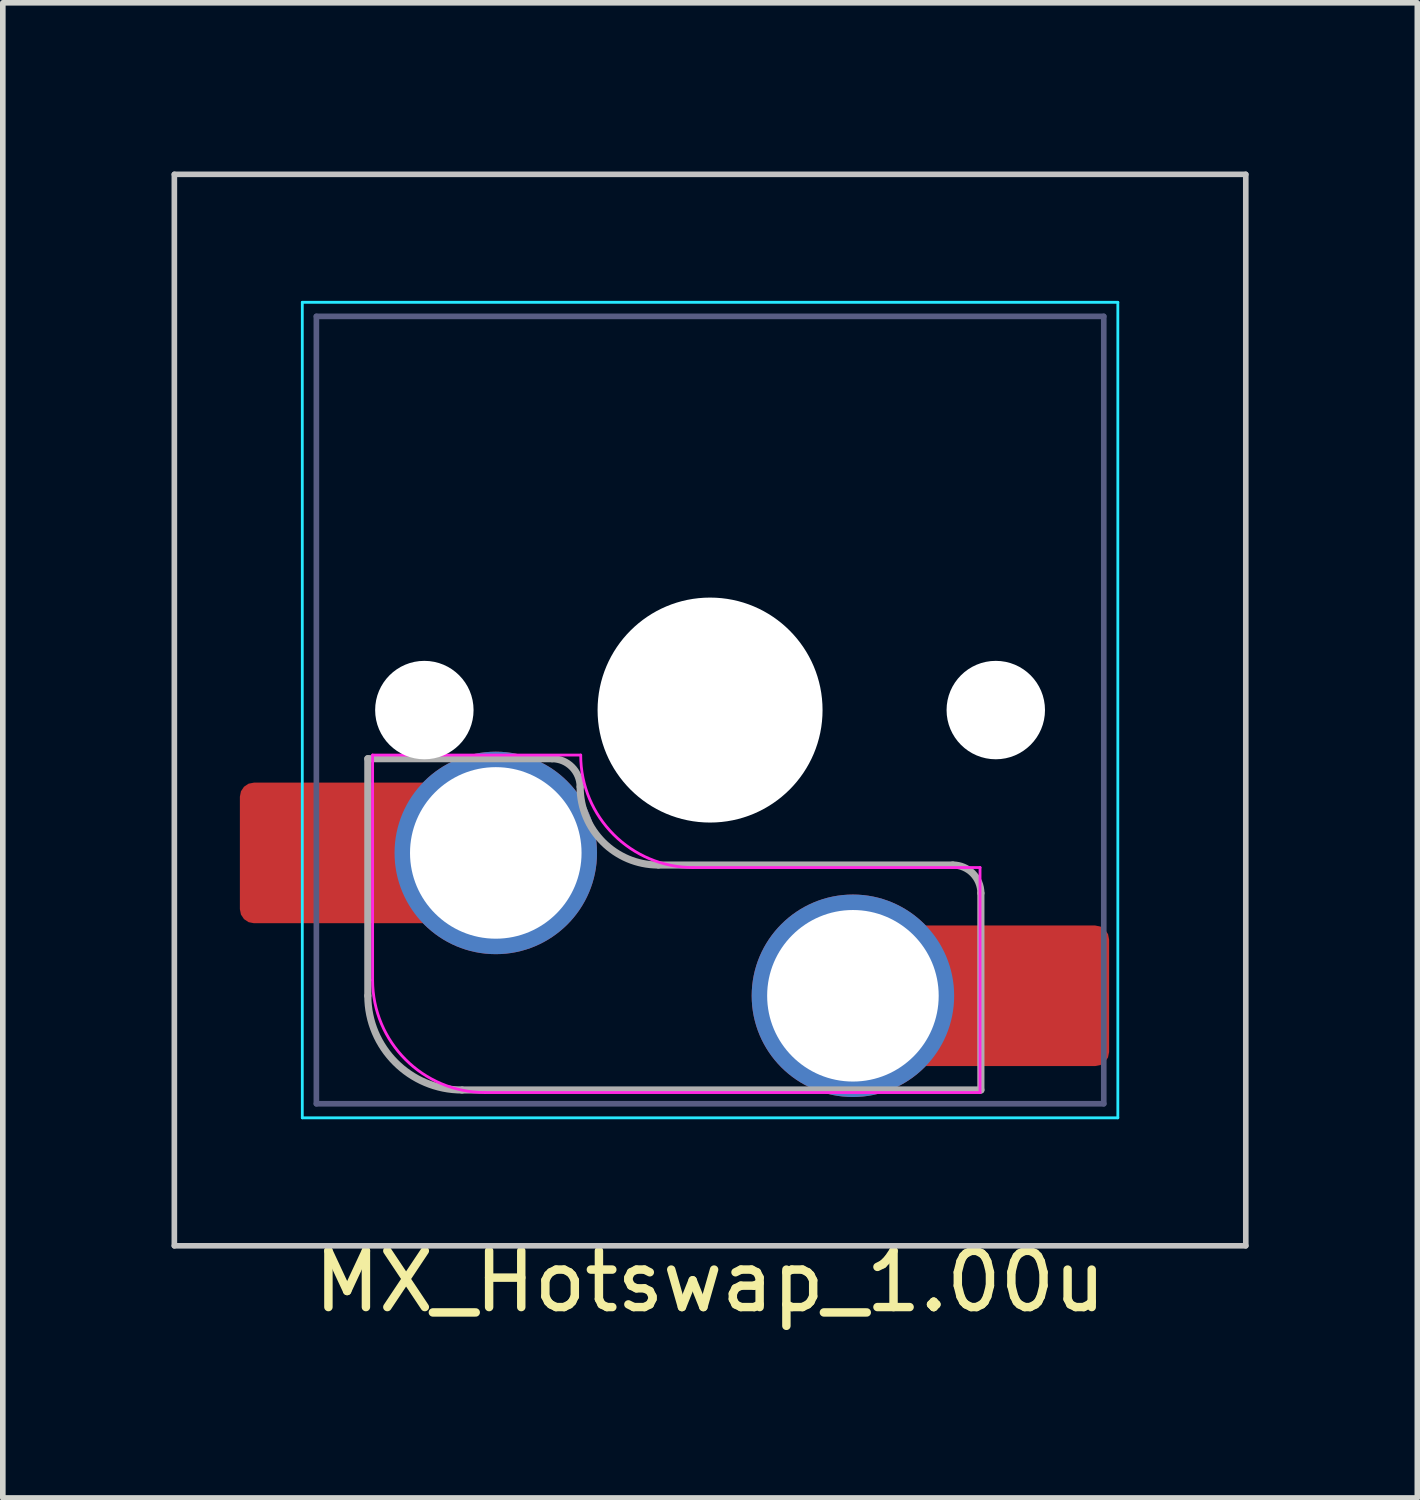
<source format=kicad_pcb>
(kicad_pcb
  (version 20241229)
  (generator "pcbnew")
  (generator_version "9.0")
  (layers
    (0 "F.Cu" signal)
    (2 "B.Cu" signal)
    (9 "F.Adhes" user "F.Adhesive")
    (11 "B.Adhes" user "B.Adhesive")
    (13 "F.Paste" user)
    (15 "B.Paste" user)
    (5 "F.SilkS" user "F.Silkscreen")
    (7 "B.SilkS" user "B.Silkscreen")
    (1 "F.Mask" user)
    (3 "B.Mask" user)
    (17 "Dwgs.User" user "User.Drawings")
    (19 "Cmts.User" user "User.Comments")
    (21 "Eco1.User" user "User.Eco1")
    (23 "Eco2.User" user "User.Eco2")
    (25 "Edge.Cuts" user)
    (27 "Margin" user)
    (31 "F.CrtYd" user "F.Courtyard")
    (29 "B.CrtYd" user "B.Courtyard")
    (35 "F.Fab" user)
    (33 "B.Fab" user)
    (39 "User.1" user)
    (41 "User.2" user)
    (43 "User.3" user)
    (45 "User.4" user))
  (footprint "MX_Hotswap_1.00u"
    (layer "F.Cu")
    (at 8.94 13.385)
    (property "Reference" "MX_Hotswap_1.00u" (at 0.635 6.35 0) (layer "F.SilkS") (effects (font (size 1 1) (thickness 0.15))))
    (attr smd allow_soldermask_bridges)
    (fp_line (start -8.89 -13.335) (end -8.89 5.715) (stroke (width 0.1) (type solid)) (layer "Dwgs.User"))
    (fp_line (start -8.89 5.715) (end 10.16 5.715) (stroke (width 0.1) (type solid)) (layer "Dwgs.User"))
    (fp_line (start 10.16 -13.335) (end -8.89 -13.335) (stroke (width 0.1) (type solid)) (layer "Dwgs.User"))
    (fp_line (start 10.16 5.715) (end 10.16 -13.335) (stroke (width 0.1) (type solid)) (layer "Dwgs.User"))
    (fp_line (start -6.615 -11.06) (end -6.615 3.44) (stroke (width 0.05) (type solid)) (layer "B.CrtYd"))
    (fp_line (start -6.615 3.44) (end 7.885 3.44) (stroke (width 0.05) (type solid)) (layer "B.CrtYd"))
    (fp_line (start 7.885 -11.06) (end -6.615 -11.06) (stroke (width 0.05) (type solid)) (layer "B.CrtYd"))
    (fp_line (start 7.885 3.44) (end 7.885 -11.06) (stroke (width 0.05) (type solid)) (layer "B.CrtYd"))
    (fp_line (start -5.365 0.99) (end -5.365 -3.01) (stroke (width 0.05) (type solid)) (layer "F.CrtYd"))
    (fp_line (start -1.665 -3.01) (end -5.365 -3.01) (stroke (width 0.05) (type solid)) (layer "F.CrtYd"))
    (fp_line (start 5.435 -1.01) (end 0.335 -1.01) (stroke (width 0.05) (type solid)) (layer "F.CrtYd"))
    (fp_line (start 5.435 -1.01) (end 5.435 2.99) (stroke (width 0.05) (type solid)) (layer "F.CrtYd"))
    (fp_line (start 5.435 2.99) (end -3.365 2.99) (stroke (width 0.05) (type solid)) (layer "F.CrtYd"))
    (fp_arc (start -3.365 2.99) (mid -4.779214 2.404214) (end -5.365 0.99) (stroke (width 0.05) (type solid)) (layer "F.CrtYd"))
    (fp_arc (start 0.335 -1.01) (mid -1.079214 -1.595786) (end -1.665 -3.01) (stroke (width 0.05) (type solid)) (layer "F.CrtYd"))
    (fp_line (start -6.365 -10.81) (end -6.365 3.19) (stroke (width 0.1) (type solid)) (layer "B.Fab"))
    (fp_line (start -6.365 3.19) (end 7.635 3.19) (stroke (width 0.1) (type solid)) (layer "B.Fab"))
    (fp_line (start 7.635 -10.81) (end -6.365 -10.81) (stroke (width 0.1) (type solid)) (layer "B.Fab"))
    (fp_line (start 7.635 3.19) (end 7.635 -10.81) (stroke (width 0.1) (type solid)) (layer "B.Fab"))
    (fp_line (start -5.45 -2.945) (end -2.175 -2.945) (stroke (width 0.127) (type solid)) (layer "F.Fab"))
    (fp_line (start -5.45 1.27) (end -5.45 -2.945) (stroke (width 0.127) (type solid)) (layer "F.Fab"))
    (fp_line (start -0.285 -1.055) (end 4.95 -1.055) (stroke (width 0.127) (type solid)) (layer "F.Fab"))
    (fp_line (start 5.45 -0.555) (end 5.45 2.945) (stroke (width 0.127) (type solid)) (layer "F.Fab"))
    (fp_line (start 5.45 2.945) (end -3.775 2.945) (stroke (width 0.127) (type solid)) (layer "F.Fab"))
    (fp_arc (start -3.775 2.945) (mid -4.959404 2.454404) (end -5.45 1.27) (stroke (width 0.127) (type solid)) (layer "F.Fab"))
    (fp_arc (start -2.175 -2.945) (mid -1.821447 -2.798553) (end -1.675 -2.445) (stroke (width 0.127) (type solid)) (layer "F.Fab"))
    (fp_arc (start -0.285 -1.055) (mid -1.267878 -1.462122) (end -1.675 -2.445) (stroke (width 0.127) (type solid)) (layer "F.Fab"))
    (fp_arc (start 4.95 -1.055) (mid 5.303553 -0.908553) (end 5.45 -0.555) (stroke (width 0.127) (type solid)) (layer "F.Fab"))
    (pad "" smd roundrect (at -6.45 -1.27 180) (size 2.55 2.5) (layers "F.Mask" "F.Paste") (roundrect_rratio 0.1))
    (pad "" np_thru_hole circle (at -4.445 -3.81 180) (size 1.75 1.75) (drill 1.75) (layers "*.Cu" "*.Mask"))
    (pad "" np_thru_hole circle (at 0.635 -3.81 180) (size 4 4) (drill 4) (layers "*.Cu" "*.Mask"))
    (pad "" np_thru_hole circle (at 5.715 -3.81 180) (size 1.75 1.75) (drill 1.75) (layers "*.Cu" "*.Mask"))
    (pad "" smd roundrect (at 6.477 1.27 180) (size 2.55 2.5) (layers "F.Mask" "F.Paste") (roundrect_rratio 0.1))
    (pad "1" smd roundrect (at -5.95 -1.27 180) (size 3.55 2.5) (layers "F.Cu") (roundrect_rratio 0.1))
    (pad "1" thru_hole circle (at -3.175 -1.27 180) (size 3.6 3.6) (drill 3.05) (layers "*.Cu" "*.Mask"))
    (pad "2" thru_hole circle (at 3.175 1.27 180) (size 3.6 3.6) (drill 3.05) (layers "*.Cu" "*.Mask"))
    (pad "2" smd roundrect (at 5.955 1.27 180) (size 3.55 2.5) (layers "F.Cu") (roundrect_rratio 0.1)))
  (gr_rect
    (start -3 -3)
    (end 22.15 23.583)
    (stroke (width 0.1) (type default))
    (fill no)
    (layer "Edge.Cuts")))
</source>
